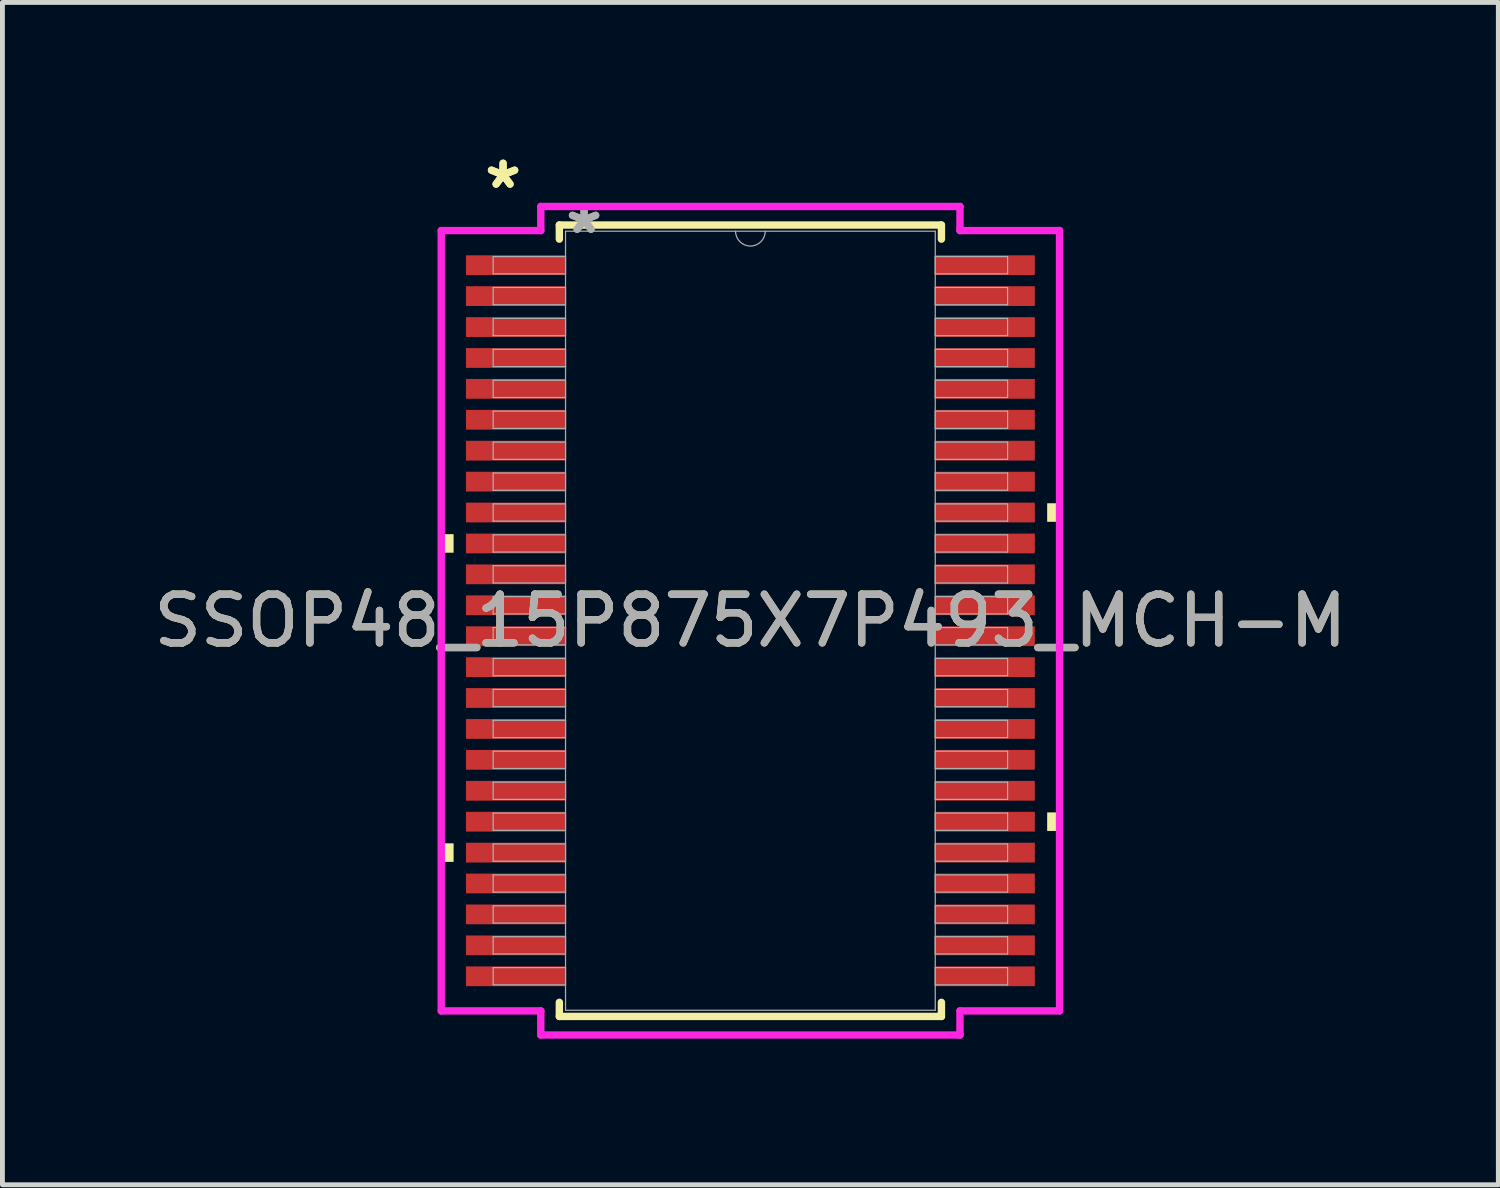
<source format=kicad_pcb>
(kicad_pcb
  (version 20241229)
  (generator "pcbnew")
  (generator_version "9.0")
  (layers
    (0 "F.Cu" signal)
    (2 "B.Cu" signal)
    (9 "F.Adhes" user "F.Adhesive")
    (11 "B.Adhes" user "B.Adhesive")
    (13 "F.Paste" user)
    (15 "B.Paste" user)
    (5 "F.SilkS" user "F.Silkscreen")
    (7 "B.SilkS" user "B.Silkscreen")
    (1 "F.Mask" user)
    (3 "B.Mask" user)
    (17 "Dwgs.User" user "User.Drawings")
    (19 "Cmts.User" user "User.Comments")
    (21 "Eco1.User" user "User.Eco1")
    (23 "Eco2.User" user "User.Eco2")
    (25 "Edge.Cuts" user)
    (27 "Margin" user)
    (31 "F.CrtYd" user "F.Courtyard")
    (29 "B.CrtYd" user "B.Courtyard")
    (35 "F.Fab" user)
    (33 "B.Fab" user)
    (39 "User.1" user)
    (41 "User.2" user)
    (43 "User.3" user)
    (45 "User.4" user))
  (footprint "SSOP48_15P875X7P493_MCH-M"
    (layer "F.Cu")
    (at 12.363 9.7)
    (property "Reference" "SSOP48_15P875X7P493_MCH-M" (at 0 0 0) (unlocked yes) (layer "F.SilkS") (effects (font (size 1 1) (thickness 0.15))))
    (attr smd)
    (fp_line (start -3.924 -8.128) (end -3.924 -7.838) (stroke (width 0.152) (type solid)) (layer "F.SilkS"))
    (fp_line (start -3.924 7.838) (end -3.924 8.128) (stroke (width 0.152) (type solid)) (layer "F.SilkS"))
    (fp_line (start -3.924 8.128) (end 3.924 8.128) (stroke (width 0.152) (type solid)) (layer "F.SilkS"))
    (fp_line (start 3.924 -8.128) (end -3.924 -8.128) (stroke (width 0.152) (type solid)) (layer "F.SilkS"))
    (fp_line (start 3.924 -7.838) (end 3.924 -8.128) (stroke (width 0.152) (type solid)) (layer "F.SilkS"))
    (fp_line (start 3.924 8.128) (end 3.924 7.838) (stroke (width 0.152) (type solid)) (layer "F.SilkS"))
    (fp_poly (pts (xy -6.35 -1.778) (xy -6.35 -1.397) (xy -6.096 -1.397) (xy -6.096 -1.778)) (stroke (width 0) (type solid)) (fill yes) (layer "F.SilkS"))
    (fp_poly (pts (xy -6.35 4.572) (xy -6.35 4.953) (xy -6.096 4.953) (xy -6.096 4.572)) (stroke (width 0) (type solid)) (fill yes) (layer "F.SilkS"))
    (fp_poly (pts (xy 6.35 -2.413) (xy 6.35 -2.032) (xy 6.096 -2.032) (xy 6.096 -2.413)) (stroke (width 0) (type solid)) (fill yes) (layer "F.SilkS"))
    (fp_poly (pts (xy 6.35 3.937) (xy 6.35 4.318) (xy 6.096 4.318) (xy 6.096 3.937)) (stroke (width 0) (type solid)) (fill yes) (layer "F.SilkS"))
    (fp_line (start -6.35 -8.014) (end -4.305 -8.014) (stroke (width 0.152) (type solid)) (layer "F.CrtYd"))
    (fp_line (start -6.35 8.014) (end -6.35 -8.014) (stroke (width 0.152) (type solid)) (layer "F.CrtYd"))
    (fp_line (start -6.35 8.014) (end -4.305 8.014) (stroke (width 0.152) (type solid)) (layer "F.CrtYd"))
    (fp_line (start -4.305 -8.509) (end 4.305 -8.509) (stroke (width 0.152) (type solid)) (layer "F.CrtYd"))
    (fp_line (start -4.305 -8.014) (end -4.305 -8.509) (stroke (width 0.152) (type solid)) (layer "F.CrtYd"))
    (fp_line (start -4.305 8.509) (end -4.305 8.014) (stroke (width 0.152) (type solid)) (layer "F.CrtYd"))
    (fp_line (start 4.305 -8.509) (end 4.305 -8.014) (stroke (width 0.152) (type solid)) (layer "F.CrtYd"))
    (fp_line (start 4.305 8.014) (end 4.305 8.509) (stroke (width 0.152) (type solid)) (layer "F.CrtYd"))
    (fp_line (start 4.305 8.509) (end -4.305 8.509) (stroke (width 0.152) (type solid)) (layer "F.CrtYd"))
    (fp_line (start 6.35 -8.014) (end 4.305 -8.014) (stroke (width 0.152) (type solid)) (layer "F.CrtYd"))
    (fp_line (start 6.35 -8.014) (end 6.35 8.014) (stroke (width 0.152) (type solid)) (layer "F.CrtYd"))
    (fp_line (start 6.35 8.014) (end 4.305 8.014) (stroke (width 0.152) (type solid)) (layer "F.CrtYd"))
    (fp_line (start -5.283 -7.48) (end -5.283 -7.125) (stroke (width 0.025) (type solid)) (layer "F.Fab"))
    (fp_line (start -5.283 -7.125) (end -3.797 -7.125) (stroke (width 0.025) (type solid)) (layer "F.Fab"))
    (fp_line (start -5.283 -6.845) (end -5.283 -6.49) (stroke (width 0.025) (type solid)) (layer "F.Fab"))
    (fp_line (start -5.283 -6.49) (end -3.797 -6.49) (stroke (width 0.025) (type solid)) (layer "F.Fab"))
    (fp_line (start -5.283 -6.21) (end -5.283 -5.855) (stroke (width 0.025) (type solid)) (layer "F.Fab"))
    (fp_line (start -5.283 -5.855) (end -3.797 -5.855) (stroke (width 0.025) (type solid)) (layer "F.Fab"))
    (fp_line (start -5.283 -5.575) (end -5.283 -5.22) (stroke (width 0.025) (type solid)) (layer "F.Fab"))
    (fp_line (start -5.283 -5.22) (end -3.797 -5.22) (stroke (width 0.025) (type solid)) (layer "F.Fab"))
    (fp_line (start -5.283 -4.94) (end -5.283 -4.585) (stroke (width 0.025) (type solid)) (layer "F.Fab"))
    (fp_line (start -5.283 -4.585) (end -3.797 -4.585) (stroke (width 0.025) (type solid)) (layer "F.Fab"))
    (fp_line (start -5.283 -4.305) (end -5.283 -3.95) (stroke (width 0.025) (type solid)) (layer "F.Fab"))
    (fp_line (start -5.283 -3.95) (end -3.797 -3.95) (stroke (width 0.025) (type solid)) (layer "F.Fab"))
    (fp_line (start -5.283 -3.67) (end -5.283 -3.315) (stroke (width 0.025) (type solid)) (layer "F.Fab"))
    (fp_line (start -5.283 -3.315) (end -3.797 -3.315) (stroke (width 0.025) (type solid)) (layer "F.Fab"))
    (fp_line (start -5.283 -3.035) (end -5.283 -2.68) (stroke (width 0.025) (type solid)) (layer "F.Fab"))
    (fp_line (start -5.283 -2.68) (end -3.797 -2.68) (stroke (width 0.025) (type solid)) (layer "F.Fab"))
    (fp_line (start -5.283 -2.4) (end -5.283 -2.045) (stroke (width 0.025) (type solid)) (layer "F.Fab"))
    (fp_line (start -5.283 -2.045) (end -3.797 -2.045) (stroke (width 0.025) (type solid)) (layer "F.Fab"))
    (fp_line (start -5.283 -1.765) (end -5.283 -1.41) (stroke (width 0.025) (type solid)) (layer "F.Fab"))
    (fp_line (start -5.283 -1.41) (end -3.797 -1.41) (stroke (width 0.025) (type solid)) (layer "F.Fab"))
    (fp_line (start -5.283 -1.13) (end -5.283 -0.775) (stroke (width 0.025) (type solid)) (layer "F.Fab"))
    (fp_line (start -5.283 -0.775) (end -3.797 -0.775) (stroke (width 0.025) (type solid)) (layer "F.Fab"))
    (fp_line (start -5.283 -0.495) (end -5.283 -0.14) (stroke (width 0.025) (type solid)) (layer "F.Fab"))
    (fp_line (start -5.283 -0.14) (end -3.797 -0.14) (stroke (width 0.025) (type solid)) (layer "F.Fab"))
    (fp_line (start -5.283 0.14) (end -5.283 0.495) (stroke (width 0.025) (type solid)) (layer "F.Fab"))
    (fp_line (start -5.283 0.495) (end -3.797 0.495) (stroke (width 0.025) (type solid)) (layer "F.Fab"))
    (fp_line (start -5.283 0.775) (end -5.283 1.13) (stroke (width 0.025) (type solid)) (layer "F.Fab"))
    (fp_line (start -5.283 1.13) (end -3.797 1.13) (stroke (width 0.025) (type solid)) (layer "F.Fab"))
    (fp_line (start -5.283 1.41) (end -5.283 1.765) (stroke (width 0.025) (type solid)) (layer "F.Fab"))
    (fp_line (start -5.283 1.765) (end -3.797 1.765) (stroke (width 0.025) (type solid)) (layer "F.Fab"))
    (fp_line (start -5.283 2.045) (end -5.283 2.4) (stroke (width 0.025) (type solid)) (layer "F.Fab"))
    (fp_line (start -5.283 2.4) (end -3.797 2.4) (stroke (width 0.025) (type solid)) (layer "F.Fab"))
    (fp_line (start -5.283 2.68) (end -5.283 3.035) (stroke (width 0.025) (type solid)) (layer "F.Fab"))
    (fp_line (start -5.283 3.035) (end -3.797 3.035) (stroke (width 0.025) (type solid)) (layer "F.Fab"))
    (fp_line (start -5.283 3.315) (end -5.283 3.67) (stroke (width 0.025) (type solid)) (layer "F.Fab"))
    (fp_line (start -5.283 3.67) (end -3.797 3.67) (stroke (width 0.025) (type solid)) (layer "F.Fab"))
    (fp_line (start -5.283 3.95) (end -5.283 4.305) (stroke (width 0.025) (type solid)) (layer "F.Fab"))
    (fp_line (start -5.283 4.305) (end -3.797 4.305) (stroke (width 0.025) (type solid)) (layer "F.Fab"))
    (fp_line (start -5.283 4.585) (end -5.283 4.94) (stroke (width 0.025) (type solid)) (layer "F.Fab"))
    (fp_line (start -5.283 4.94) (end -3.797 4.94) (stroke (width 0.025) (type solid)) (layer "F.Fab"))
    (fp_line (start -5.283 5.22) (end -5.283 5.575) (stroke (width 0.025) (type solid)) (layer "F.Fab"))
    (fp_line (start -5.283 5.575) (end -3.797 5.575) (stroke (width 0.025) (type solid)) (layer "F.Fab"))
    (fp_line (start -5.283 5.855) (end -5.283 6.21) (stroke (width 0.025) (type solid)) (layer "F.Fab"))
    (fp_line (start -5.283 6.21) (end -3.797 6.21) (stroke (width 0.025) (type solid)) (layer "F.Fab"))
    (fp_line (start -5.283 6.49) (end -5.283 6.845) (stroke (width 0.025) (type solid)) (layer "F.Fab"))
    (fp_line (start -5.283 6.845) (end -3.797 6.845) (stroke (width 0.025) (type solid)) (layer "F.Fab"))
    (fp_line (start -5.283 7.125) (end -5.283 7.48) (stroke (width 0.025) (type solid)) (layer "F.Fab"))
    (fp_line (start -5.283 7.48) (end -3.797 7.48) (stroke (width 0.025) (type solid)) (layer "F.Fab"))
    (fp_line (start -3.797 -8.001) (end -3.797 8.001) (stroke (width 0.025) (type solid)) (layer "F.Fab"))
    (fp_line (start -3.797 -7.48) (end -5.283 -7.48) (stroke (width 0.025) (type solid)) (layer "F.Fab"))
    (fp_line (start -3.797 -7.125) (end -3.797 -7.48) (stroke (width 0.025) (type solid)) (layer "F.Fab"))
    (fp_line (start -3.797 -6.845) (end -5.283 -6.845) (stroke (width 0.025) (type solid)) (layer "F.Fab"))
    (fp_line (start -3.797 -6.49) (end -3.797 -6.845) (stroke (width 0.025) (type solid)) (layer "F.Fab"))
    (fp_line (start -3.797 -6.21) (end -5.283 -6.21) (stroke (width 0.025) (type solid)) (layer "F.Fab"))
    (fp_line (start -3.797 -5.855) (end -3.797 -6.21) (stroke (width 0.025) (type solid)) (layer "F.Fab"))
    (fp_line (start -3.797 -5.575) (end -5.283 -5.575) (stroke (width 0.025) (type solid)) (layer "F.Fab"))
    (fp_line (start -3.797 -5.22) (end -3.797 -5.575) (stroke (width 0.025) (type solid)) (layer "F.Fab"))
    (fp_line (start -3.797 -4.94) (end -5.283 -4.94) (stroke (width 0.025) (type solid)) (layer "F.Fab"))
    (fp_line (start -3.797 -4.585) (end -3.797 -4.94) (stroke (width 0.025) (type solid)) (layer "F.Fab"))
    (fp_line (start -3.797 -4.305) (end -5.283 -4.305) (stroke (width 0.025) (type solid)) (layer "F.Fab"))
    (fp_line (start -3.797 -3.95) (end -3.797 -4.305) (stroke (width 0.025) (type solid)) (layer "F.Fab"))
    (fp_line (start -3.797 -3.67) (end -5.283 -3.67) (stroke (width 0.025) (type solid)) (layer "F.Fab"))
    (fp_line (start -3.797 -3.315) (end -3.797 -3.67) (stroke (width 0.025) (type solid)) (layer "F.Fab"))
    (fp_line (start -3.797 -3.035) (end -5.283 -3.035) (stroke (width 0.025) (type solid)) (layer "F.Fab"))
    (fp_line (start -3.797 -2.68) (end -3.797 -3.035) (stroke (width 0.025) (type solid)) (layer "F.Fab"))
    (fp_line (start -3.797 -2.4) (end -5.283 -2.4) (stroke (width 0.025) (type solid)) (layer "F.Fab"))
    (fp_line (start -3.797 -2.045) (end -3.797 -2.4) (stroke (width 0.025) (type solid)) (layer "F.Fab"))
    (fp_line (start -3.797 -1.765) (end -5.283 -1.765) (stroke (width 0.025) (type solid)) (layer "F.Fab"))
    (fp_line (start -3.797 -1.41) (end -3.797 -1.765) (stroke (width 0.025) (type solid)) (layer "F.Fab"))
    (fp_line (start -3.797 -1.13) (end -5.283 -1.13) (stroke (width 0.025) (type solid)) (layer "F.Fab"))
    (fp_line (start -3.797 -0.775) (end -3.797 -1.13) (stroke (width 0.025) (type solid)) (layer "F.Fab"))
    (fp_line (start -3.797 -0.495) (end -5.283 -0.495) (stroke (width 0.025) (type solid)) (layer "F.Fab"))
    (fp_line (start -3.797 -0.14) (end -3.797 -0.495) (stroke (width 0.025) (type solid)) (layer "F.Fab"))
    (fp_line (start -3.797 0.14) (end -5.283 0.14) (stroke (width 0.025) (type solid)) (layer "F.Fab"))
    (fp_line (start -3.797 0.495) (end -3.797 0.14) (stroke (width 0.025) (type solid)) (layer "F.Fab"))
    (fp_line (start -3.797 0.775) (end -5.283 0.775) (stroke (width 0.025) (type solid)) (layer "F.Fab"))
    (fp_line (start -3.797 1.13) (end -3.797 0.775) (stroke (width 0.025) (type solid)) (layer "F.Fab"))
    (fp_line (start -3.797 1.41) (end -5.283 1.41) (stroke (width 0.025) (type solid)) (layer "F.Fab"))
    (fp_line (start -3.797 1.765) (end -3.797 1.41) (stroke (width 0.025) (type solid)) (layer "F.Fab"))
    (fp_line (start -3.797 2.045) (end -5.283 2.045) (stroke (width 0.025) (type solid)) (layer "F.Fab"))
    (fp_line (start -3.797 2.4) (end -3.797 2.045) (stroke (width 0.025) (type solid)) (layer "F.Fab"))
    (fp_line (start -3.797 2.68) (end -5.283 2.68) (stroke (width 0.025) (type solid)) (layer "F.Fab"))
    (fp_line (start -3.797 3.035) (end -3.797 2.68) (stroke (width 0.025) (type solid)) (layer "F.Fab"))
    (fp_line (start -3.797 3.315) (end -5.283 3.315) (stroke (width 0.025) (type solid)) (layer "F.Fab"))
    (fp_line (start -3.797 3.67) (end -3.797 3.315) (stroke (width 0.025) (type solid)) (layer "F.Fab"))
    (fp_line (start -3.797 3.95) (end -5.283 3.95) (stroke (width 0.025) (type solid)) (layer "F.Fab"))
    (fp_line (start -3.797 4.305) (end -3.797 3.95) (stroke (width 0.025) (type solid)) (layer "F.Fab"))
    (fp_line (start -3.797 4.585) (end -5.283 4.585) (stroke (width 0.025) (type solid)) (layer "F.Fab"))
    (fp_line (start -3.797 4.94) (end -3.797 4.585) (stroke (width 0.025) (type solid)) (layer "F.Fab"))
    (fp_line (start -3.797 5.22) (end -5.283 5.22) (stroke (width 0.025) (type solid)) (layer "F.Fab"))
    (fp_line (start -3.797 5.575) (end -3.797 5.22) (stroke (width 0.025) (type solid)) (layer "F.Fab"))
    (fp_line (start -3.797 5.855) (end -5.283 5.855) (stroke (width 0.025) (type solid)) (layer "F.Fab"))
    (fp_line (start -3.797 6.21) (end -3.797 5.855) (stroke (width 0.025) (type solid)) (layer "F.Fab"))
    (fp_line (start -3.797 6.49) (end -5.283 6.49) (stroke (width 0.025) (type solid)) (layer "F.Fab"))
    (fp_line (start -3.797 6.845) (end -3.797 6.49) (stroke (width 0.025) (type solid)) (layer "F.Fab"))
    (fp_line (start -3.797 7.125) (end -5.283 7.125) (stroke (width 0.025) (type solid)) (layer "F.Fab"))
    (fp_line (start -3.797 7.48) (end -3.797 7.125) (stroke (width 0.025) (type solid)) (layer "F.Fab"))
    (fp_line (start -3.797 8.001) (end 3.797 8.001) (stroke (width 0.025) (type solid)) (layer "F.Fab"))
    (fp_line (start 3.797 -8.001) (end -3.797 -8.001) (stroke (width 0.025) (type solid)) (layer "F.Fab"))
    (fp_line (start 3.797 -7.48) (end 3.797 -7.125) (stroke (width 0.025) (type solid)) (layer "F.Fab"))
    (fp_line (start 3.797 -7.125) (end 5.283 -7.125) (stroke (width 0.025) (type solid)) (layer "F.Fab"))
    (fp_line (start 3.797 -6.845) (end 3.797 -6.49) (stroke (width 0.025) (type solid)) (layer "F.Fab"))
    (fp_line (start 3.797 -6.49) (end 5.283 -6.49) (stroke (width 0.025) (type solid)) (layer "F.Fab"))
    (fp_line (start 3.797 -6.21) (end 3.797 -5.855) (stroke (width 0.025) (type solid)) (layer "F.Fab"))
    (fp_line (start 3.797 -5.855) (end 5.283 -5.855) (stroke (width 0.025) (type solid)) (layer "F.Fab"))
    (fp_line (start 3.797 -5.575) (end 3.797 -5.22) (stroke (width 0.025) (type solid)) (layer "F.Fab"))
    (fp_line (start 3.797 -5.22) (end 5.283 -5.22) (stroke (width 0.025) (type solid)) (layer "F.Fab"))
    (fp_line (start 3.797 -4.94) (end 3.797 -4.585) (stroke (width 0.025) (type solid)) (layer "F.Fab"))
    (fp_line (start 3.797 -4.585) (end 5.283 -4.585) (stroke (width 0.025) (type solid)) (layer "F.Fab"))
    (fp_line (start 3.797 -4.305) (end 3.797 -3.95) (stroke (width 0.025) (type solid)) (layer "F.Fab"))
    (fp_line (start 3.797 -3.95) (end 5.283 -3.95) (stroke (width 0.025) (type solid)) (layer "F.Fab"))
    (fp_line (start 3.797 -3.67) (end 3.797 -3.315) (stroke (width 0.025) (type solid)) (layer "F.Fab"))
    (fp_line (start 3.797 -3.315) (end 5.283 -3.315) (stroke (width 0.025) (type solid)) (layer "F.Fab"))
    (fp_line (start 3.797 -3.035) (end 3.797 -2.68) (stroke (width 0.025) (type solid)) (layer "F.Fab"))
    (fp_line (start 3.797 -2.68) (end 5.283 -2.68) (stroke (width 0.025) (type solid)) (layer "F.Fab"))
    (fp_line (start 3.797 -2.4) (end 3.797 -2.045) (stroke (width 0.025) (type solid)) (layer "F.Fab"))
    (fp_line (start 3.797 -2.045) (end 5.283 -2.045) (stroke (width 0.025) (type solid)) (layer "F.Fab"))
    (fp_line (start 3.797 -1.765) (end 3.797 -1.41) (stroke (width 0.025) (type solid)) (layer "F.Fab"))
    (fp_line (start 3.797 -1.41) (end 5.283 -1.41) (stroke (width 0.025) (type solid)) (layer "F.Fab"))
    (fp_line (start 3.797 -1.13) (end 3.797 -0.775) (stroke (width 0.025) (type solid)) (layer "F.Fab"))
    (fp_line (start 3.797 -0.775) (end 5.283 -0.775) (stroke (width 0.025) (type solid)) (layer "F.Fab"))
    (fp_line (start 3.797 -0.495) (end 3.797 -0.14) (stroke (width 0.025) (type solid)) (layer "F.Fab"))
    (fp_line (start 3.797 -0.14) (end 5.283 -0.14) (stroke (width 0.025) (type solid)) (layer "F.Fab"))
    (fp_line (start 3.797 0.14) (end 3.797 0.495) (stroke (width 0.025) (type solid)) (layer "F.Fab"))
    (fp_line (start 3.797 0.495) (end 5.283 0.495) (stroke (width 0.025) (type solid)) (layer "F.Fab"))
    (fp_line (start 3.797 0.775) (end 3.797 1.13) (stroke (width 0.025) (type solid)) (layer "F.Fab"))
    (fp_line (start 3.797 1.13) (end 5.283 1.13) (stroke (width 0.025) (type solid)) (layer "F.Fab"))
    (fp_line (start 3.797 1.41) (end 3.797 1.765) (stroke (width 0.025) (type solid)) (layer "F.Fab"))
    (fp_line (start 3.797 1.765) (end 5.283 1.765) (stroke (width 0.025) (type solid)) (layer "F.Fab"))
    (fp_line (start 3.797 2.045) (end 3.797 2.4) (stroke (width 0.025) (type solid)) (layer "F.Fab"))
    (fp_line (start 3.797 2.4) (end 5.283 2.4) (stroke (width 0.025) (type solid)) (layer "F.Fab"))
    (fp_line (start 3.797 2.68) (end 3.797 3.035) (stroke (width 0.025) (type solid)) (layer "F.Fab"))
    (fp_line (start 3.797 3.035) (end 5.283 3.035) (stroke (width 0.025) (type solid)) (layer "F.Fab"))
    (fp_line (start 3.797 3.315) (end 3.797 3.67) (stroke (width 0.025) (type solid)) (layer "F.Fab"))
    (fp_line (start 3.797 3.67) (end 5.283 3.67) (stroke (width 0.025) (type solid)) (layer "F.Fab"))
    (fp_line (start 3.797 3.95) (end 3.797 4.305) (stroke (width 0.025) (type solid)) (layer "F.Fab"))
    (fp_line (start 3.797 4.305) (end 5.283 4.305) (stroke (width 0.025) (type solid)) (layer "F.Fab"))
    (fp_line (start 3.797 4.585) (end 3.797 4.94) (stroke (width 0.025) (type solid)) (layer "F.Fab"))
    (fp_line (start 3.797 4.94) (end 5.283 4.94) (stroke (width 0.025) (type solid)) (layer "F.Fab"))
    (fp_line (start 3.797 5.22) (end 3.797 5.575) (stroke (width 0.025) (type solid)) (layer "F.Fab"))
    (fp_line (start 3.797 5.575) (end 5.283 5.575) (stroke (width 0.025) (type solid)) (layer "F.Fab"))
    (fp_line (start 3.797 5.855) (end 3.797 6.21) (stroke (width 0.025) (type solid)) (layer "F.Fab"))
    (fp_line (start 3.797 6.21) (end 5.283 6.21) (stroke (width 0.025) (type solid)) (layer "F.Fab"))
    (fp_line (start 3.797 6.49) (end 3.797 6.845) (stroke (width 0.025) (type solid)) (layer "F.Fab"))
    (fp_line (start 3.797 6.845) (end 5.283 6.845) (stroke (width 0.025) (type solid)) (layer "F.Fab"))
    (fp_line (start 3.797 7.125) (end 3.797 7.48) (stroke (width 0.025) (type solid)) (layer "F.Fab"))
    (fp_line (start 3.797 7.48) (end 5.283 7.48) (stroke (width 0.025) (type solid)) (layer "F.Fab"))
    (fp_line (start 3.797 8.001) (end 3.797 -8.001) (stroke (width 0.025) (type solid)) (layer "F.Fab"))
    (fp_line (start 5.283 -7.48) (end 3.797 -7.48) (stroke (width 0.025) (type solid)) (layer "F.Fab"))
    (fp_line (start 5.283 -7.125) (end 5.283 -7.48) (stroke (width 0.025) (type solid)) (layer "F.Fab"))
    (fp_line (start 5.283 -6.845) (end 3.797 -6.845) (stroke (width 0.025) (type solid)) (layer "F.Fab"))
    (fp_line (start 5.283 -6.49) (end 5.283 -6.845) (stroke (width 0.025) (type solid)) (layer "F.Fab"))
    (fp_line (start 5.283 -6.21) (end 3.797 -6.21) (stroke (width 0.025) (type solid)) (layer "F.Fab"))
    (fp_line (start 5.283 -5.855) (end 5.283 -6.21) (stroke (width 0.025) (type solid)) (layer "F.Fab"))
    (fp_line (start 5.283 -5.575) (end 3.797 -5.575) (stroke (width 0.025) (type solid)) (layer "F.Fab"))
    (fp_line (start 5.283 -5.22) (end 5.283 -5.575) (stroke (width 0.025) (type solid)) (layer "F.Fab"))
    (fp_line (start 5.283 -4.94) (end 3.797 -4.94) (stroke (width 0.025) (type solid)) (layer "F.Fab"))
    (fp_line (start 5.283 -4.585) (end 5.283 -4.94) (stroke (width 0.025) (type solid)) (layer "F.Fab"))
    (fp_line (start 5.283 -4.305) (end 3.797 -4.305) (stroke (width 0.025) (type solid)) (layer "F.Fab"))
    (fp_line (start 5.283 -3.95) (end 5.283 -4.305) (stroke (width 0.025) (type solid)) (layer "F.Fab"))
    (fp_line (start 5.283 -3.67) (end 3.797 -3.67) (stroke (width 0.025) (type solid)) (layer "F.Fab"))
    (fp_line (start 5.283 -3.315) (end 5.283 -3.67) (stroke (width 0.025) (type solid)) (layer "F.Fab"))
    (fp_line (start 5.283 -3.035) (end 3.797 -3.035) (stroke (width 0.025) (type solid)) (layer "F.Fab"))
    (fp_line (start 5.283 -2.68) (end 5.283 -3.035) (stroke (width 0.025) (type solid)) (layer "F.Fab"))
    (fp_line (start 5.283 -2.4) (end 3.797 -2.4) (stroke (width 0.025) (type solid)) (layer "F.Fab"))
    (fp_line (start 5.283 -2.045) (end 5.283 -2.4) (stroke (width 0.025) (type solid)) (layer "F.Fab"))
    (fp_line (start 5.283 -1.765) (end 3.797 -1.765) (stroke (width 0.025) (type solid)) (layer "F.Fab"))
    (fp_line (start 5.283 -1.41) (end 5.283 -1.765) (stroke (width 0.025) (type solid)) (layer "F.Fab"))
    (fp_line (start 5.283 -1.13) (end 3.797 -1.13) (stroke (width 0.025) (type solid)) (layer "F.Fab"))
    (fp_line (start 5.283 -0.775) (end 5.283 -1.13) (stroke (width 0.025) (type solid)) (layer "F.Fab"))
    (fp_line (start 5.283 -0.495) (end 3.797 -0.495) (stroke (width 0.025) (type solid)) (layer "F.Fab"))
    (fp_line (start 5.283 -0.14) (end 5.283 -0.495) (stroke (width 0.025) (type solid)) (layer "F.Fab"))
    (fp_line (start 5.283 0.14) (end 3.797 0.14) (stroke (width 0.025) (type solid)) (layer "F.Fab"))
    (fp_line (start 5.283 0.495) (end 5.283 0.14) (stroke (width 0.025) (type solid)) (layer "F.Fab"))
    (fp_line (start 5.283 0.775) (end 3.797 0.775) (stroke (width 0.025) (type solid)) (layer "F.Fab"))
    (fp_line (start 5.283 1.13) (end 5.283 0.775) (stroke (width 0.025) (type solid)) (layer "F.Fab"))
    (fp_line (start 5.283 1.41) (end 3.797 1.41) (stroke (width 0.025) (type solid)) (layer "F.Fab"))
    (fp_line (start 5.283 1.765) (end 5.283 1.41) (stroke (width 0.025) (type solid)) (layer "F.Fab"))
    (fp_line (start 5.283 2.045) (end 3.797 2.045) (stroke (width 0.025) (type solid)) (layer "F.Fab"))
    (fp_line (start 5.283 2.4) (end 5.283 2.045) (stroke (width 0.025) (type solid)) (layer "F.Fab"))
    (fp_line (start 5.283 2.68) (end 3.797 2.68) (stroke (width 0.025) (type solid)) (layer "F.Fab"))
    (fp_line (start 5.283 3.035) (end 5.283 2.68) (stroke (width 0.025) (type solid)) (layer "F.Fab"))
    (fp_line (start 5.283 3.315) (end 3.797 3.315) (stroke (width 0.025) (type solid)) (layer "F.Fab"))
    (fp_line (start 5.283 3.67) (end 5.283 3.315) (stroke (width 0.025) (type solid)) (layer "F.Fab"))
    (fp_line (start 5.283 3.95) (end 3.797 3.95) (stroke (width 0.025) (type solid)) (layer "F.Fab"))
    (fp_line (start 5.283 4.305) (end 5.283 3.95) (stroke (width 0.025) (type solid)) (layer "F.Fab"))
    (fp_line (start 5.283 4.585) (end 3.797 4.585) (stroke (width 0.025) (type solid)) (layer "F.Fab"))
    (fp_line (start 5.283 4.94) (end 5.283 4.585) (stroke (width 0.025) (type solid)) (layer "F.Fab"))
    (fp_line (start 5.283 5.22) (end 3.797 5.22) (stroke (width 0.025) (type solid)) (layer "F.Fab"))
    (fp_line (start 5.283 5.575) (end 5.283 5.22) (stroke (width 0.025) (type solid)) (layer "F.Fab"))
    (fp_line (start 5.283 5.855) (end 3.797 5.855) (stroke (width 0.025) (type solid)) (layer "F.Fab"))
    (fp_line (start 5.283 6.21) (end 5.283 5.855) (stroke (width 0.025) (type solid)) (layer "F.Fab"))
    (fp_line (start 5.283 6.49) (end 3.797 6.49) (stroke (width 0.025) (type solid)) (layer "F.Fab"))
    (fp_line (start 5.283 6.845) (end 5.283 6.49) (stroke (width 0.025) (type solid)) (layer "F.Fab"))
    (fp_line (start 5.283 7.125) (end 3.797 7.125) (stroke (width 0.025) (type solid)) (layer "F.Fab"))
    (fp_line (start 5.283 7.48) (end 5.283 7.125) (stroke (width 0.025) (type solid)) (layer "F.Fab"))
    (fp_arc (start 0.3048 -8.001) (mid 0 -7.6962) (end -0.3048 -8.001) (stroke (width 0.0254) (type solid)) (layer "F.Fab"))
    (fp_text user "*" (at -5.08 -8.852 0) (layer "F.SilkS") (effects (font (size 1 1) (thickness 0.15))))
    (fp_text user "*" (at -5.08 -8.852 0) (unlocked yes) (layer "F.SilkS") (effects (font (size 1 1) (thickness 0.15))))
    (fp_text user "${REFERENCE}" (at 0 0 0) (unlocked yes) (layer "F.Fab") (effects (font (size 1 1) (thickness 0.15))))
    (fp_text user "*" (at -3.416 -7.925 0) (unlocked yes) (layer "F.Fab") (effects (font (size 1 1) (thickness 0.15))))
    (fp_text user "*" (at -3.416 -7.925 0) (layer "F.Fab") (effects (font (size 1 1) (thickness 0.15))))
    (pad "1" smd rect (at -4.826 -7.303) (size 2.032 0.406) (layers "F.Cu" "F.Mask" "F.Paste"))
    (pad "2" smd rect (at -4.826 -6.668) (size 2.032 0.406) (layers "F.Cu" "F.Mask" "F.Paste"))
    (pad "3" smd rect (at -4.826 -6.032) (size 2.032 0.406) (layers "F.Cu" "F.Mask" "F.Paste"))
    (pad "4" smd rect (at -4.826 -5.397) (size 2.032 0.406) (layers "F.Cu" "F.Mask" "F.Paste"))
    (pad "5" smd rect (at -4.826 -4.763) (size 2.032 0.406) (layers "F.Cu" "F.Mask" "F.Paste"))
    (pad "6" smd rect (at -4.826 -4.128) (size 2.032 0.406) (layers "F.Cu" "F.Mask" "F.Paste"))
    (pad "7" smd rect (at -4.826 -3.493) (size 2.032 0.406) (layers "F.Cu" "F.Mask" "F.Paste"))
    (pad "8" smd rect (at -4.826 -2.857) (size 2.032 0.406) (layers "F.Cu" "F.Mask" "F.Paste"))
    (pad "9" smd rect (at -4.826 -2.223) (size 2.032 0.406) (layers "F.Cu" "F.Mask" "F.Paste"))
    (pad "10" smd rect (at -4.826 -1.587) (size 2.032 0.406) (layers "F.Cu" "F.Mask" "F.Paste"))
    (pad "11" smd rect (at -4.826 -0.953) (size 2.032 0.406) (layers "F.Cu" "F.Mask" "F.Paste"))
    (pad "12" smd rect (at -4.826 -0.318) (size 2.032 0.406) (layers "F.Cu" "F.Mask" "F.Paste"))
    (pad "13" smd rect (at -4.826 0.318) (size 2.032 0.406) (layers "F.Cu" "F.Mask" "F.Paste"))
    (pad "14" smd rect (at -4.826 0.953) (size 2.032 0.406) (layers "F.Cu" "F.Mask" "F.Paste"))
    (pad "15" smd rect (at -4.826 1.587) (size 2.032 0.406) (layers "F.Cu" "F.Mask" "F.Paste"))
    (pad "16" smd rect (at -4.826 2.223) (size 2.032 0.406) (layers "F.Cu" "F.Mask" "F.Paste"))
    (pad "17" smd rect (at -4.826 2.857) (size 2.032 0.406) (layers "F.Cu" "F.Mask" "F.Paste"))
    (pad "18" smd rect (at -4.826 3.493) (size 2.032 0.406) (layers "F.Cu" "F.Mask" "F.Paste"))
    (pad "19" smd rect (at -4.826 4.128) (size 2.032 0.406) (layers "F.Cu" "F.Mask" "F.Paste"))
    (pad "20" smd rect (at -4.826 4.763) (size 2.032 0.406) (layers "F.Cu" "F.Mask" "F.Paste"))
    (pad "21" smd rect (at -4.826 5.397) (size 2.032 0.406) (layers "F.Cu" "F.Mask" "F.Paste"))
    (pad "22" smd rect (at -4.826 6.032) (size 2.032 0.406) (layers "F.Cu" "F.Mask" "F.Paste"))
    (pad "23" smd rect (at -4.826 6.668) (size 2.032 0.406) (layers "F.Cu" "F.Mask" "F.Paste"))
    (pad "24" smd rect (at -4.826 7.303) (size 2.032 0.406) (layers "F.Cu" "F.Mask" "F.Paste"))
    (pad "25" smd rect (at 4.826 7.303) (size 2.032 0.406) (layers "F.Cu" "F.Mask" "F.Paste"))
    (pad "26" smd rect (at 4.826 6.668) (size 2.032 0.406) (layers "F.Cu" "F.Mask" "F.Paste"))
    (pad "27" smd rect (at 4.826 6.032) (size 2.032 0.406) (layers "F.Cu" "F.Mask" "F.Paste"))
    (pad "28" smd rect (at 4.826 5.397) (size 2.032 0.406) (layers "F.Cu" "F.Mask" "F.Paste"))
    (pad "29" smd rect (at 4.826 4.763) (size 2.032 0.406) (layers "F.Cu" "F.Mask" "F.Paste"))
    (pad "30" smd rect (at 4.826 4.128) (size 2.032 0.406) (layers "F.Cu" "F.Mask" "F.Paste"))
    (pad "31" smd rect (at 4.826 3.493) (size 2.032 0.406) (layers "F.Cu" "F.Mask" "F.Paste"))
    (pad "32" smd rect (at 4.826 2.857) (size 2.032 0.406) (layers "F.Cu" "F.Mask" "F.Paste"))
    (pad "33" smd rect (at 4.826 2.223) (size 2.032 0.406) (layers "F.Cu" "F.Mask" "F.Paste"))
    (pad "34" smd rect (at 4.826 1.587) (size 2.032 0.406) (layers "F.Cu" "F.Mask" "F.Paste"))
    (pad "35" smd rect (at 4.826 0.953) (size 2.032 0.406) (layers "F.Cu" "F.Mask" "F.Paste"))
    (pad "36" smd rect (at 4.826 0.318) (size 2.032 0.406) (layers "F.Cu" "F.Mask" "F.Paste"))
    (pad "37" smd rect (at 4.826 -0.318) (size 2.032 0.406) (layers "F.Cu" "F.Mask" "F.Paste"))
    (pad "38" smd rect (at 4.826 -0.953) (size 2.032 0.406) (layers "F.Cu" "F.Mask" "F.Paste"))
    (pad "39" smd rect (at 4.826 -1.587) (size 2.032 0.406) (layers "F.Cu" "F.Mask" "F.Paste"))
    (pad "40" smd rect (at 4.826 -2.223) (size 2.032 0.406) (layers "F.Cu" "F.Mask" "F.Paste"))
    (pad "41" smd rect (at 4.826 -2.857) (size 2.032 0.406) (layers "F.Cu" "F.Mask" "F.Paste"))
    (pad "42" smd rect (at 4.826 -3.493) (size 2.032 0.406) (layers "F.Cu" "F.Mask" "F.Paste"))
    (pad "43" smd rect (at 4.826 -4.128) (size 2.032 0.406) (layers "F.Cu" "F.Mask" "F.Paste"))
    (pad "44" smd rect (at 4.826 -4.763) (size 2.032 0.406) (layers "F.Cu" "F.Mask" "F.Paste"))
    (pad "45" smd rect (at 4.826 -5.397) (size 2.032 0.406) (layers "F.Cu" "F.Mask" "F.Paste"))
    (pad "46" smd rect (at 4.826 -6.032) (size 2.032 0.406) (layers "F.Cu" "F.Mask" "F.Paste"))
    (pad "47" smd rect (at 4.826 -6.668) (size 2.032 0.406) (layers "F.Cu" "F.Mask" "F.Paste"))
    (pad "48" smd rect (at 4.826 -7.303) (size 2.032 0.406) (layers "F.Cu" "F.Mask" "F.Paste")))
  (gr_rect
    (start -3 -3)
    (end 27.726 21.285)
    (stroke (width 0.1) (type default))
    (fill no)
    (layer "Edge.Cuts")))
</source>
